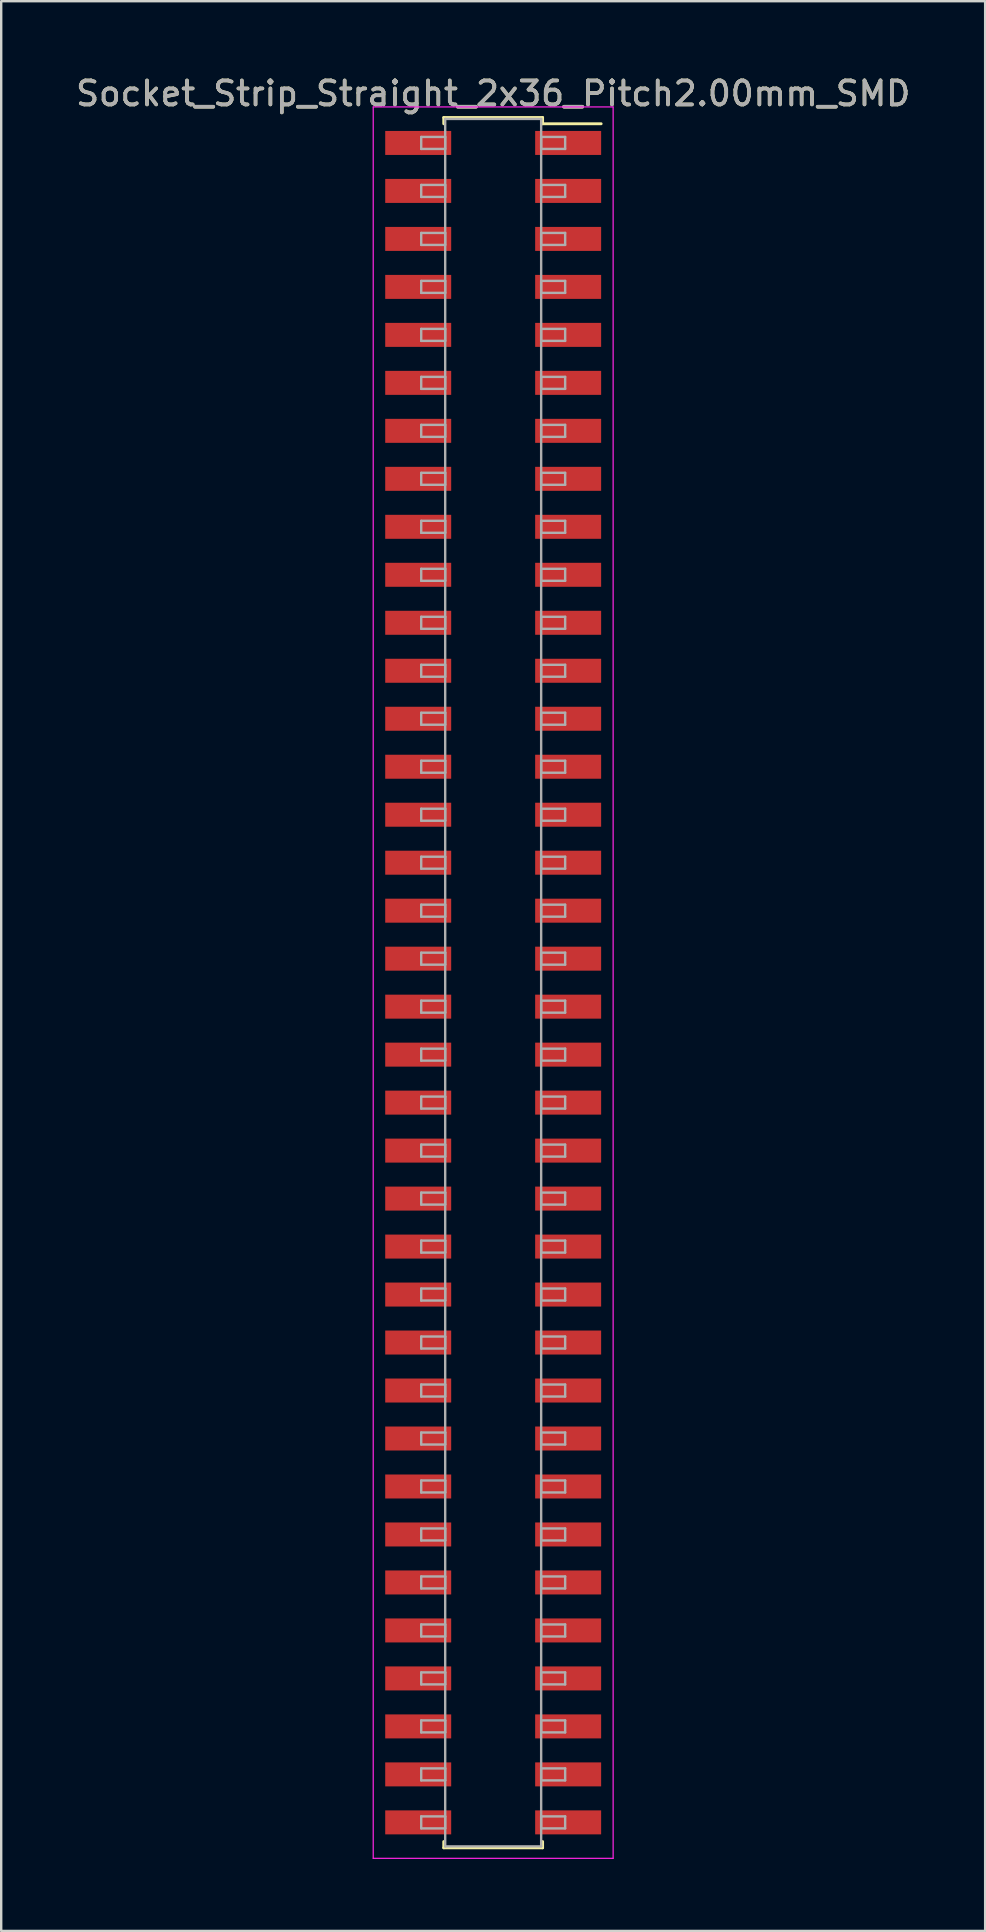
<source format=kicad_pcb>
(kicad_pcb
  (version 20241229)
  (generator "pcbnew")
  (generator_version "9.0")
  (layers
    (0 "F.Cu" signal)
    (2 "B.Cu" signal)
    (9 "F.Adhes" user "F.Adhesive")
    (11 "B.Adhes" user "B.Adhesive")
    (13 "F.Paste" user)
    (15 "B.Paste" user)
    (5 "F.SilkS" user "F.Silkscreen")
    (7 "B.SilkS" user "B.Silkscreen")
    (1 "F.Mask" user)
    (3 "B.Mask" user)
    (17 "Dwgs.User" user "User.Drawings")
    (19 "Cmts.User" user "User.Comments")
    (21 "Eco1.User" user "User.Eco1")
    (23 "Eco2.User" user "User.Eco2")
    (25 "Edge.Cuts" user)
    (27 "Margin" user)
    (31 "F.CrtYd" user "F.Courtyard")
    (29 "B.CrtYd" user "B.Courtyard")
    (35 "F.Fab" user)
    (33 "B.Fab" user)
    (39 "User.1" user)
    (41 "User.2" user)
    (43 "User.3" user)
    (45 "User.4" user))
  (footprint "Socket_Strip_Straight_2x36_Pitch2.00mm_SMD"
    (layer "F.Cu")
    (at 17.506 37.908)
    (property "Reference" "Socket_Strip_Straight_2x36_Pitch2.00mm_SMD" (at 0 -37.06 0) (layer "F.SilkS") (effects (font (size 1 1) (thickness 0.15))))
    (attr smd)
    (fp_line (start -2.06 -36.06) (end 2.06 -36.06) (stroke (width 0.12) (type solid)) (layer "F.SilkS"))
    (fp_line (start -2.06 -35.8) (end -2.06 -36.06) (stroke (width 0.12) (type solid)) (layer "F.SilkS"))
    (fp_line (start -2.06 35.8) (end -2.06 36.06) (stroke (width 0.12) (type solid)) (layer "F.SilkS"))
    (fp_line (start -2.06 36.06) (end 2.06 36.06) (stroke (width 0.12) (type solid)) (layer "F.SilkS"))
    (fp_line (start 2.06 -36.06) (end 2.06 -35.8) (stroke (width 0.12) (type solid)) (layer "F.SilkS"))
    (fp_line (start 2.06 36.06) (end 2.06 35.8) (stroke (width 0.12) (type solid)) (layer "F.SilkS"))
    (fp_line (start 4.5 -35.8) (end 2.06 -35.8) (stroke (width 0.12) (type solid)) (layer "F.SilkS"))
    (fp_line (start -5 -36.5) (end -5 36.5) (stroke (width 0.05) (type solid)) (layer "F.CrtYd"))
    (fp_line (start -5 36.5) (end 5 36.5) (stroke (width 0.05) (type solid)) (layer "F.CrtYd"))
    (fp_line (start 5 -36.5) (end -5 -36.5) (stroke (width 0.05) (type solid)) (layer "F.CrtYd"))
    (fp_line (start 5 36.5) (end 5 -36.5) (stroke (width 0.05) (type solid)) (layer "F.CrtYd"))
    (fp_line (start -3 -35.25) (end -2 -35.25) (stroke (width 0.1) (type solid)) (layer "F.Fab"))
    (fp_line (start -3 -34.75) (end -3 -35.25) (stroke (width 0.1) (type solid)) (layer "F.Fab"))
    (fp_line (start -3 -33.25) (end -2 -33.25) (stroke (width 0.1) (type solid)) (layer "F.Fab"))
    (fp_line (start -3 -32.75) (end -3 -33.25) (stroke (width 0.1) (type solid)) (layer "F.Fab"))
    (fp_line (start -3 -31.25) (end -2 -31.25) (stroke (width 0.1) (type solid)) (layer "F.Fab"))
    (fp_line (start -3 -30.75) (end -3 -31.25) (stroke (width 0.1) (type solid)) (layer "F.Fab"))
    (fp_line (start -3 -29.25) (end -2 -29.25) (stroke (width 0.1) (type solid)) (layer "F.Fab"))
    (fp_line (start -3 -28.75) (end -3 -29.25) (stroke (width 0.1) (type solid)) (layer "F.Fab"))
    (fp_line (start -3 -27.25) (end -2 -27.25) (stroke (width 0.1) (type solid)) (layer "F.Fab"))
    (fp_line (start -3 -26.75) (end -3 -27.25) (stroke (width 0.1) (type solid)) (layer "F.Fab"))
    (fp_line (start -3 -25.25) (end -2 -25.25) (stroke (width 0.1) (type solid)) (layer "F.Fab"))
    (fp_line (start -3 -24.75) (end -3 -25.25) (stroke (width 0.1) (type solid)) (layer "F.Fab"))
    (fp_line (start -3 -23.25) (end -2 -23.25) (stroke (width 0.1) (type solid)) (layer "F.Fab"))
    (fp_line (start -3 -22.75) (end -3 -23.25) (stroke (width 0.1) (type solid)) (layer "F.Fab"))
    (fp_line (start -3 -21.25) (end -2 -21.25) (stroke (width 0.1) (type solid)) (layer "F.Fab"))
    (fp_line (start -3 -20.75) (end -3 -21.25) (stroke (width 0.1) (type solid)) (layer "F.Fab"))
    (fp_line (start -3 -19.25) (end -2 -19.25) (stroke (width 0.1) (type solid)) (layer "F.Fab"))
    (fp_line (start -3 -18.75) (end -3 -19.25) (stroke (width 0.1) (type solid)) (layer "F.Fab"))
    (fp_line (start -3 -17.25) (end -2 -17.25) (stroke (width 0.1) (type solid)) (layer "F.Fab"))
    (fp_line (start -3 -16.75) (end -3 -17.25) (stroke (width 0.1) (type solid)) (layer "F.Fab"))
    (fp_line (start -3 -15.25) (end -2 -15.25) (stroke (width 0.1) (type solid)) (layer "F.Fab"))
    (fp_line (start -3 -14.75) (end -3 -15.25) (stroke (width 0.1) (type solid)) (layer "F.Fab"))
    (fp_line (start -3 -13.25) (end -2 -13.25) (stroke (width 0.1) (type solid)) (layer "F.Fab"))
    (fp_line (start -3 -12.75) (end -3 -13.25) (stroke (width 0.1) (type solid)) (layer "F.Fab"))
    (fp_line (start -3 -11.25) (end -2 -11.25) (stroke (width 0.1) (type solid)) (layer "F.Fab"))
    (fp_line (start -3 -10.75) (end -3 -11.25) (stroke (width 0.1) (type solid)) (layer "F.Fab"))
    (fp_line (start -3 -9.25) (end -2 -9.25) (stroke (width 0.1) (type solid)) (layer "F.Fab"))
    (fp_line (start -3 -8.75) (end -3 -9.25) (stroke (width 0.1) (type solid)) (layer "F.Fab"))
    (fp_line (start -3 -7.25) (end -2 -7.25) (stroke (width 0.1) (type solid)) (layer "F.Fab"))
    (fp_line (start -3 -6.75) (end -3 -7.25) (stroke (width 0.1) (type solid)) (layer "F.Fab"))
    (fp_line (start -3 -5.25) (end -2 -5.25) (stroke (width 0.1) (type solid)) (layer "F.Fab"))
    (fp_line (start -3 -4.75) (end -3 -5.25) (stroke (width 0.1) (type solid)) (layer "F.Fab"))
    (fp_line (start -3 -3.25) (end -2 -3.25) (stroke (width 0.1) (type solid)) (layer "F.Fab"))
    (fp_line (start -3 -2.75) (end -3 -3.25) (stroke (width 0.1) (type solid)) (layer "F.Fab"))
    (fp_line (start -3 -1.25) (end -2 -1.25) (stroke (width 0.1) (type solid)) (layer "F.Fab"))
    (fp_line (start -3 -0.75) (end -3 -1.25) (stroke (width 0.1) (type solid)) (layer "F.Fab"))
    (fp_line (start -3 0.75) (end -2 0.75) (stroke (width 0.1) (type solid)) (layer "F.Fab"))
    (fp_line (start -3 1.25) (end -3 0.75) (stroke (width 0.1) (type solid)) (layer "F.Fab"))
    (fp_line (start -3 2.75) (end -2 2.75) (stroke (width 0.1) (type solid)) (layer "F.Fab"))
    (fp_line (start -3 3.25) (end -3 2.75) (stroke (width 0.1) (type solid)) (layer "F.Fab"))
    (fp_line (start -3 4.75) (end -2 4.75) (stroke (width 0.1) (type solid)) (layer "F.Fab"))
    (fp_line (start -3 5.25) (end -3 4.75) (stroke (width 0.1) (type solid)) (layer "F.Fab"))
    (fp_line (start -3 6.75) (end -2 6.75) (stroke (width 0.1) (type solid)) (layer "F.Fab"))
    (fp_line (start -3 7.25) (end -3 6.75) (stroke (width 0.1) (type solid)) (layer "F.Fab"))
    (fp_line (start -3 8.75) (end -2 8.75) (stroke (width 0.1) (type solid)) (layer "F.Fab"))
    (fp_line (start -3 9.25) (end -3 8.75) (stroke (width 0.1) (type solid)) (layer "F.Fab"))
    (fp_line (start -3 10.75) (end -2 10.75) (stroke (width 0.1) (type solid)) (layer "F.Fab"))
    (fp_line (start -3 11.25) (end -3 10.75) (stroke (width 0.1) (type solid)) (layer "F.Fab"))
    (fp_line (start -3 12.75) (end -2 12.75) (stroke (width 0.1) (type solid)) (layer "F.Fab"))
    (fp_line (start -3 13.25) (end -3 12.75) (stroke (width 0.1) (type solid)) (layer "F.Fab"))
    (fp_line (start -3 14.75) (end -2 14.75) (stroke (width 0.1) (type solid)) (layer "F.Fab"))
    (fp_line (start -3 15.25) (end -3 14.75) (stroke (width 0.1) (type solid)) (layer "F.Fab"))
    (fp_line (start -3 16.75) (end -2 16.75) (stroke (width 0.1) (type solid)) (layer "F.Fab"))
    (fp_line (start -3 17.25) (end -3 16.75) (stroke (width 0.1) (type solid)) (layer "F.Fab"))
    (fp_line (start -3 18.75) (end -2 18.75) (stroke (width 0.1) (type solid)) (layer "F.Fab"))
    (fp_line (start -3 19.25) (end -3 18.75) (stroke (width 0.1) (type solid)) (layer "F.Fab"))
    (fp_line (start -3 20.75) (end -2 20.75) (stroke (width 0.1) (type solid)) (layer "F.Fab"))
    (fp_line (start -3 21.25) (end -3 20.75) (stroke (width 0.1) (type solid)) (layer "F.Fab"))
    (fp_line (start -3 22.75) (end -2 22.75) (stroke (width 0.1) (type solid)) (layer "F.Fab"))
    (fp_line (start -3 23.25) (end -3 22.75) (stroke (width 0.1) (type solid)) (layer "F.Fab"))
    (fp_line (start -3 24.75) (end -2 24.75) (stroke (width 0.1) (type solid)) (layer "F.Fab"))
    (fp_line (start -3 25.25) (end -3 24.75) (stroke (width 0.1) (type solid)) (layer "F.Fab"))
    (fp_line (start -3 26.75) (end -2 26.75) (stroke (width 0.1) (type solid)) (layer "F.Fab"))
    (fp_line (start -3 27.25) (end -3 26.75) (stroke (width 0.1) (type solid)) (layer "F.Fab"))
    (fp_line (start -3 28.75) (end -2 28.75) (stroke (width 0.1) (type solid)) (layer "F.Fab"))
    (fp_line (start -3 29.25) (end -3 28.75) (stroke (width 0.1) (type solid)) (layer "F.Fab"))
    (fp_line (start -3 30.75) (end -2 30.75) (stroke (width 0.1) (type solid)) (layer "F.Fab"))
    (fp_line (start -3 31.25) (end -3 30.75) (stroke (width 0.1) (type solid)) (layer "F.Fab"))
    (fp_line (start -3 32.75) (end -2 32.75) (stroke (width 0.1) (type solid)) (layer "F.Fab"))
    (fp_line (start -3 33.25) (end -3 32.75) (stroke (width 0.1) (type solid)) (layer "F.Fab"))
    (fp_line (start -3 34.75) (end -2 34.75) (stroke (width 0.1) (type solid)) (layer "F.Fab"))
    (fp_line (start -3 35.25) (end -3 34.75) (stroke (width 0.1) (type solid)) (layer "F.Fab"))
    (fp_line (start -2 -36) (end -2 36) (stroke (width 0.1) (type solid)) (layer "F.Fab"))
    (fp_line (start -2 -35.25) (end -2 -34.75) (stroke (width 0.1) (type solid)) (layer "F.Fab"))
    (fp_line (start -2 -34.75) (end -3 -34.75) (stroke (width 0.1) (type solid)) (layer "F.Fab"))
    (fp_line (start -2 -33.25) (end -2 -32.75) (stroke (width 0.1) (type solid)) (layer "F.Fab"))
    (fp_line (start -2 -32.75) (end -3 -32.75) (stroke (width 0.1) (type solid)) (layer "F.Fab"))
    (fp_line (start -2 -31.25) (end -2 -30.75) (stroke (width 0.1) (type solid)) (layer "F.Fab"))
    (fp_line (start -2 -30.75) (end -3 -30.75) (stroke (width 0.1) (type solid)) (layer "F.Fab"))
    (fp_line (start -2 -29.25) (end -2 -28.75) (stroke (width 0.1) (type solid)) (layer "F.Fab"))
    (fp_line (start -2 -28.75) (end -3 -28.75) (stroke (width 0.1) (type solid)) (layer "F.Fab"))
    (fp_line (start -2 -27.25) (end -2 -26.75) (stroke (width 0.1) (type solid)) (layer "F.Fab"))
    (fp_line (start -2 -26.75) (end -3 -26.75) (stroke (width 0.1) (type solid)) (layer "F.Fab"))
    (fp_line (start -2 -25.25) (end -2 -24.75) (stroke (width 0.1) (type solid)) (layer "F.Fab"))
    (fp_line (start -2 -24.75) (end -3 -24.75) (stroke (width 0.1) (type solid)) (layer "F.Fab"))
    (fp_line (start -2 -23.25) (end -2 -22.75) (stroke (width 0.1) (type solid)) (layer "F.Fab"))
    (fp_line (start -2 -22.75) (end -3 -22.75) (stroke (width 0.1) (type solid)) (layer "F.Fab"))
    (fp_line (start -2 -21.25) (end -2 -20.75) (stroke (width 0.1) (type solid)) (layer "F.Fab"))
    (fp_line (start -2 -20.75) (end -3 -20.75) (stroke (width 0.1) (type solid)) (layer "F.Fab"))
    (fp_line (start -2 -19.25) (end -2 -18.75) (stroke (width 0.1) (type solid)) (layer "F.Fab"))
    (fp_line (start -2 -18.75) (end -3 -18.75) (stroke (width 0.1) (type solid)) (layer "F.Fab"))
    (fp_line (start -2 -17.25) (end -2 -16.75) (stroke (width 0.1) (type solid)) (layer "F.Fab"))
    (fp_line (start -2 -16.75) (end -3 -16.75) (stroke (width 0.1) (type solid)) (layer "F.Fab"))
    (fp_line (start -2 -15.25) (end -2 -14.75) (stroke (width 0.1) (type solid)) (layer "F.Fab"))
    (fp_line (start -2 -14.75) (end -3 -14.75) (stroke (width 0.1) (type solid)) (layer "F.Fab"))
    (fp_line (start -2 -13.25) (end -2 -12.75) (stroke (width 0.1) (type solid)) (layer "F.Fab"))
    (fp_line (start -2 -12.75) (end -3 -12.75) (stroke (width 0.1) (type solid)) (layer "F.Fab"))
    (fp_line (start -2 -11.25) (end -2 -10.75) (stroke (width 0.1) (type solid)) (layer "F.Fab"))
    (fp_line (start -2 -10.75) (end -3 -10.75) (stroke (width 0.1) (type solid)) (layer "F.Fab"))
    (fp_line (start -2 -9.25) (end -2 -8.75) (stroke (width 0.1) (type solid)) (layer "F.Fab"))
    (fp_line (start -2 -8.75) (end -3 -8.75) (stroke (width 0.1) (type solid)) (layer "F.Fab"))
    (fp_line (start -2 -7.25) (end -2 -6.75) (stroke (width 0.1) (type solid)) (layer "F.Fab"))
    (fp_line (start -2 -6.75) (end -3 -6.75) (stroke (width 0.1) (type solid)) (layer "F.Fab"))
    (fp_line (start -2 -5.25) (end -2 -4.75) (stroke (width 0.1) (type solid)) (layer "F.Fab"))
    (fp_line (start -2 -4.75) (end -3 -4.75) (stroke (width 0.1) (type solid)) (layer "F.Fab"))
    (fp_line (start -2 -3.25) (end -2 -2.75) (stroke (width 0.1) (type solid)) (layer "F.Fab"))
    (fp_line (start -2 -2.75) (end -3 -2.75) (stroke (width 0.1) (type solid)) (layer "F.Fab"))
    (fp_line (start -2 -1.25) (end -2 -0.75) (stroke (width 0.1) (type solid)) (layer "F.Fab"))
    (fp_line (start -2 -0.75) (end -3 -0.75) (stroke (width 0.1) (type solid)) (layer "F.Fab"))
    (fp_line (start -2 0.75) (end -2 1.25) (stroke (width 0.1) (type solid)) (layer "F.Fab"))
    (fp_line (start -2 1.25) (end -3 1.25) (stroke (width 0.1) (type solid)) (layer "F.Fab"))
    (fp_line (start -2 2.75) (end -2 3.25) (stroke (width 0.1) (type solid)) (layer "F.Fab"))
    (fp_line (start -2 3.25) (end -3 3.25) (stroke (width 0.1) (type solid)) (layer "F.Fab"))
    (fp_line (start -2 4.75) (end -2 5.25) (stroke (width 0.1) (type solid)) (layer "F.Fab"))
    (fp_line (start -2 5.25) (end -3 5.25) (stroke (width 0.1) (type solid)) (layer "F.Fab"))
    (fp_line (start -2 6.75) (end -2 7.25) (stroke (width 0.1) (type solid)) (layer "F.Fab"))
    (fp_line (start -2 7.25) (end -3 7.25) (stroke (width 0.1) (type solid)) (layer "F.Fab"))
    (fp_line (start -2 8.75) (end -2 9.25) (stroke (width 0.1) (type solid)) (layer "F.Fab"))
    (fp_line (start -2 9.25) (end -3 9.25) (stroke (width 0.1) (type solid)) (layer "F.Fab"))
    (fp_line (start -2 10.75) (end -2 11.25) (stroke (width 0.1) (type solid)) (layer "F.Fab"))
    (fp_line (start -2 11.25) (end -3 11.25) (stroke (width 0.1) (type solid)) (layer "F.Fab"))
    (fp_line (start -2 12.75) (end -2 13.25) (stroke (width 0.1) (type solid)) (layer "F.Fab"))
    (fp_line (start -2 13.25) (end -3 13.25) (stroke (width 0.1) (type solid)) (layer "F.Fab"))
    (fp_line (start -2 14.75) (end -2 15.25) (stroke (width 0.1) (type solid)) (layer "F.Fab"))
    (fp_line (start -2 15.25) (end -3 15.25) (stroke (width 0.1) (type solid)) (layer "F.Fab"))
    (fp_line (start -2 16.75) (end -2 17.25) (stroke (width 0.1) (type solid)) (layer "F.Fab"))
    (fp_line (start -2 17.25) (end -3 17.25) (stroke (width 0.1) (type solid)) (layer "F.Fab"))
    (fp_line (start -2 18.75) (end -2 19.25) (stroke (width 0.1) (type solid)) (layer "F.Fab"))
    (fp_line (start -2 19.25) (end -3 19.25) (stroke (width 0.1) (type solid)) (layer "F.Fab"))
    (fp_line (start -2 20.75) (end -2 21.25) (stroke (width 0.1) (type solid)) (layer "F.Fab"))
    (fp_line (start -2 21.25) (end -3 21.25) (stroke (width 0.1) (type solid)) (layer "F.Fab"))
    (fp_line (start -2 22.75) (end -2 23.25) (stroke (width 0.1) (type solid)) (layer "F.Fab"))
    (fp_line (start -2 23.25) (end -3 23.25) (stroke (width 0.1) (type solid)) (layer "F.Fab"))
    (fp_line (start -2 24.75) (end -2 25.25) (stroke (width 0.1) (type solid)) (layer "F.Fab"))
    (fp_line (start -2 25.25) (end -3 25.25) (stroke (width 0.1) (type solid)) (layer "F.Fab"))
    (fp_line (start -2 26.75) (end -2 27.25) (stroke (width 0.1) (type solid)) (layer "F.Fab"))
    (fp_line (start -2 27.25) (end -3 27.25) (stroke (width 0.1) (type solid)) (layer "F.Fab"))
    (fp_line (start -2 28.75) (end -2 29.25) (stroke (width 0.1) (type solid)) (layer "F.Fab"))
    (fp_line (start -2 29.25) (end -3 29.25) (stroke (width 0.1) (type solid)) (layer "F.Fab"))
    (fp_line (start -2 30.75) (end -2 31.25) (stroke (width 0.1) (type solid)) (layer "F.Fab"))
    (fp_line (start -2 31.25) (end -3 31.25) (stroke (width 0.1) (type solid)) (layer "F.Fab"))
    (fp_line (start -2 32.75) (end -2 33.25) (stroke (width 0.1) (type solid)) (layer "F.Fab"))
    (fp_line (start -2 33.25) (end -3 33.25) (stroke (width 0.1) (type solid)) (layer "F.Fab"))
    (fp_line (start -2 34.75) (end -2 35.25) (stroke (width 0.1) (type solid)) (layer "F.Fab"))
    (fp_line (start -2 35.25) (end -3 35.25) (stroke (width 0.1) (type solid)) (layer "F.Fab"))
    (fp_line (start -2 36) (end 2 36) (stroke (width 0.1) (type solid)) (layer "F.Fab"))
    (fp_line (start 2 -36) (end -2 -36) (stroke (width 0.1) (type solid)) (layer "F.Fab"))
    (fp_line (start 2 -35.25) (end 2 -34.75) (stroke (width 0.1) (type solid)) (layer "F.Fab"))
    (fp_line (start 2 -34.75) (end 3 -34.75) (stroke (width 0.1) (type solid)) (layer "F.Fab"))
    (fp_line (start 2 -33.25) (end 2 -32.75) (stroke (width 0.1) (type solid)) (layer "F.Fab"))
    (fp_line (start 2 -32.75) (end 3 -32.75) (stroke (width 0.1) (type solid)) (layer "F.Fab"))
    (fp_line (start 2 -31.25) (end 2 -30.75) (stroke (width 0.1) (type solid)) (layer "F.Fab"))
    (fp_line (start 2 -30.75) (end 3 -30.75) (stroke (width 0.1) (type solid)) (layer "F.Fab"))
    (fp_line (start 2 -29.25) (end 2 -28.75) (stroke (width 0.1) (type solid)) (layer "F.Fab"))
    (fp_line (start 2 -28.75) (end 3 -28.75) (stroke (width 0.1) (type solid)) (layer "F.Fab"))
    (fp_line (start 2 -27.25) (end 2 -26.75) (stroke (width 0.1) (type solid)) (layer "F.Fab"))
    (fp_line (start 2 -26.75) (end 3 -26.75) (stroke (width 0.1) (type solid)) (layer "F.Fab"))
    (fp_line (start 2 -25.25) (end 2 -24.75) (stroke (width 0.1) (type solid)) (layer "F.Fab"))
    (fp_line (start 2 -24.75) (end 3 -24.75) (stroke (width 0.1) (type solid)) (layer "F.Fab"))
    (fp_line (start 2 -23.25) (end 2 -22.75) (stroke (width 0.1) (type solid)) (layer "F.Fab"))
    (fp_line (start 2 -22.75) (end 3 -22.75) (stroke (width 0.1) (type solid)) (layer "F.Fab"))
    (fp_line (start 2 -21.25) (end 2 -20.75) (stroke (width 0.1) (type solid)) (layer "F.Fab"))
    (fp_line (start 2 -20.75) (end 3 -20.75) (stroke (width 0.1) (type solid)) (layer "F.Fab"))
    (fp_line (start 2 -19.25) (end 2 -18.75) (stroke (width 0.1) (type solid)) (layer "F.Fab"))
    (fp_line (start 2 -18.75) (end 3 -18.75) (stroke (width 0.1) (type solid)) (layer "F.Fab"))
    (fp_line (start 2 -17.25) (end 2 -16.75) (stroke (width 0.1) (type solid)) (layer "F.Fab"))
    (fp_line (start 2 -16.75) (end 3 -16.75) (stroke (width 0.1) (type solid)) (layer "F.Fab"))
    (fp_line (start 2 -15.25) (end 2 -14.75) (stroke (width 0.1) (type solid)) (layer "F.Fab"))
    (fp_line (start 2 -14.75) (end 3 -14.75) (stroke (width 0.1) (type solid)) (layer "F.Fab"))
    (fp_line (start 2 -13.25) (end 2 -12.75) (stroke (width 0.1) (type solid)) (layer "F.Fab"))
    (fp_line (start 2 -12.75) (end 3 -12.75) (stroke (width 0.1) (type solid)) (layer "F.Fab"))
    (fp_line (start 2 -11.25) (end 2 -10.75) (stroke (width 0.1) (type solid)) (layer "F.Fab"))
    (fp_line (start 2 -10.75) (end 3 -10.75) (stroke (width 0.1) (type solid)) (layer "F.Fab"))
    (fp_line (start 2 -9.25) (end 2 -8.75) (stroke (width 0.1) (type solid)) (layer "F.Fab"))
    (fp_line (start 2 -8.75) (end 3 -8.75) (stroke (width 0.1) (type solid)) (layer "F.Fab"))
    (fp_line (start 2 -7.25) (end 2 -6.75) (stroke (width 0.1) (type solid)) (layer "F.Fab"))
    (fp_line (start 2 -6.75) (end 3 -6.75) (stroke (width 0.1) (type solid)) (layer "F.Fab"))
    (fp_line (start 2 -5.25) (end 2 -4.75) (stroke (width 0.1) (type solid)) (layer "F.Fab"))
    (fp_line (start 2 -4.75) (end 3 -4.75) (stroke (width 0.1) (type solid)) (layer "F.Fab"))
    (fp_line (start 2 -3.25) (end 2 -2.75) (stroke (width 0.1) (type solid)) (layer "F.Fab"))
    (fp_line (start 2 -2.75) (end 3 -2.75) (stroke (width 0.1) (type solid)) (layer "F.Fab"))
    (fp_line (start 2 -1.25) (end 2 -0.75) (stroke (width 0.1) (type solid)) (layer "F.Fab"))
    (fp_line (start 2 -0.75) (end 3 -0.75) (stroke (width 0.1) (type solid)) (layer "F.Fab"))
    (fp_line (start 2 0.75) (end 2 1.25) (stroke (width 0.1) (type solid)) (layer "F.Fab"))
    (fp_line (start 2 1.25) (end 3 1.25) (stroke (width 0.1) (type solid)) (layer "F.Fab"))
    (fp_line (start 2 2.75) (end 2 3.25) (stroke (width 0.1) (type solid)) (layer "F.Fab"))
    (fp_line (start 2 3.25) (end 3 3.25) (stroke (width 0.1) (type solid)) (layer "F.Fab"))
    (fp_line (start 2 4.75) (end 2 5.25) (stroke (width 0.1) (type solid)) (layer "F.Fab"))
    (fp_line (start 2 5.25) (end 3 5.25) (stroke (width 0.1) (type solid)) (layer "F.Fab"))
    (fp_line (start 2 6.75) (end 2 7.25) (stroke (width 0.1) (type solid)) (layer "F.Fab"))
    (fp_line (start 2 7.25) (end 3 7.25) (stroke (width 0.1) (type solid)) (layer "F.Fab"))
    (fp_line (start 2 8.75) (end 2 9.25) (stroke (width 0.1) (type solid)) (layer "F.Fab"))
    (fp_line (start 2 9.25) (end 3 9.25) (stroke (width 0.1) (type solid)) (layer "F.Fab"))
    (fp_line (start 2 10.75) (end 2 11.25) (stroke (width 0.1) (type solid)) (layer "F.Fab"))
    (fp_line (start 2 11.25) (end 3 11.25) (stroke (width 0.1) (type solid)) (layer "F.Fab"))
    (fp_line (start 2 12.75) (end 2 13.25) (stroke (width 0.1) (type solid)) (layer "F.Fab"))
    (fp_line (start 2 13.25) (end 3 13.25) (stroke (width 0.1) (type solid)) (layer "F.Fab"))
    (fp_line (start 2 14.75) (end 2 15.25) (stroke (width 0.1) (type solid)) (layer "F.Fab"))
    (fp_line (start 2 15.25) (end 3 15.25) (stroke (width 0.1) (type solid)) (layer "F.Fab"))
    (fp_line (start 2 16.75) (end 2 17.25) (stroke (width 0.1) (type solid)) (layer "F.Fab"))
    (fp_line (start 2 17.25) (end 3 17.25) (stroke (width 0.1) (type solid)) (layer "F.Fab"))
    (fp_line (start 2 18.75) (end 2 19.25) (stroke (width 0.1) (type solid)) (layer "F.Fab"))
    (fp_line (start 2 19.25) (end 3 19.25) (stroke (width 0.1) (type solid)) (layer "F.Fab"))
    (fp_line (start 2 20.75) (end 2 21.25) (stroke (width 0.1) (type solid)) (layer "F.Fab"))
    (fp_line (start 2 21.25) (end 3 21.25) (stroke (width 0.1) (type solid)) (layer "F.Fab"))
    (fp_line (start 2 22.75) (end 2 23.25) (stroke (width 0.1) (type solid)) (layer "F.Fab"))
    (fp_line (start 2 23.25) (end 3 23.25) (stroke (width 0.1) (type solid)) (layer "F.Fab"))
    (fp_line (start 2 24.75) (end 2 25.25) (stroke (width 0.1) (type solid)) (layer "F.Fab"))
    (fp_line (start 2 25.25) (end 3 25.25) (stroke (width 0.1) (type solid)) (layer "F.Fab"))
    (fp_line (start 2 26.75) (end 2 27.25) (stroke (width 0.1) (type solid)) (layer "F.Fab"))
    (fp_line (start 2 27.25) (end 3 27.25) (stroke (width 0.1) (type solid)) (layer "F.Fab"))
    (fp_line (start 2 28.75) (end 2 29.25) (stroke (width 0.1) (type solid)) (layer "F.Fab"))
    (fp_line (start 2 29.25) (end 3 29.25) (stroke (width 0.1) (type solid)) (layer "F.Fab"))
    (fp_line (start 2 30.75) (end 2 31.25) (stroke (width 0.1) (type solid)) (layer "F.Fab"))
    (fp_line (start 2 31.25) (end 3 31.25) (stroke (width 0.1) (type solid)) (layer "F.Fab"))
    (fp_line (start 2 32.75) (end 2 33.25) (stroke (width 0.1) (type solid)) (layer "F.Fab"))
    (fp_line (start 2 33.25) (end 3 33.25) (stroke (width 0.1) (type solid)) (layer "F.Fab"))
    (fp_line (start 2 34.75) (end 2 35.25) (stroke (width 0.1) (type solid)) (layer "F.Fab"))
    (fp_line (start 2 35.25) (end 3 35.25) (stroke (width 0.1) (type solid)) (layer "F.Fab"))
    (fp_line (start 2 36) (end 2 -36) (stroke (width 0.1) (type solid)) (layer "F.Fab"))
    (fp_line (start 3 -35.25) (end 2 -35.25) (stroke (width 0.1) (type solid)) (layer "F.Fab"))
    (fp_line (start 3 -34.75) (end 3 -35.25) (stroke (width 0.1) (type solid)) (layer "F.Fab"))
    (fp_line (start 3 -33.25) (end 2 -33.25) (stroke (width 0.1) (type solid)) (layer "F.Fab"))
    (fp_line (start 3 -32.75) (end 3 -33.25) (stroke (width 0.1) (type solid)) (layer "F.Fab"))
    (fp_line (start 3 -31.25) (end 2 -31.25) (stroke (width 0.1) (type solid)) (layer "F.Fab"))
    (fp_line (start 3 -30.75) (end 3 -31.25) (stroke (width 0.1) (type solid)) (layer "F.Fab"))
    (fp_line (start 3 -29.25) (end 2 -29.25) (stroke (width 0.1) (type solid)) (layer "F.Fab"))
    (fp_line (start 3 -28.75) (end 3 -29.25) (stroke (width 0.1) (type solid)) (layer "F.Fab"))
    (fp_line (start 3 -27.25) (end 2 -27.25) (stroke (width 0.1) (type solid)) (layer "F.Fab"))
    (fp_line (start 3 -26.75) (end 3 -27.25) (stroke (width 0.1) (type solid)) (layer "F.Fab"))
    (fp_line (start 3 -25.25) (end 2 -25.25) (stroke (width 0.1) (type solid)) (layer "F.Fab"))
    (fp_line (start 3 -24.75) (end 3 -25.25) (stroke (width 0.1) (type solid)) (layer "F.Fab"))
    (fp_line (start 3 -23.25) (end 2 -23.25) (stroke (width 0.1) (type solid)) (layer "F.Fab"))
    (fp_line (start 3 -22.75) (end 3 -23.25) (stroke (width 0.1) (type solid)) (layer "F.Fab"))
    (fp_line (start 3 -21.25) (end 2 -21.25) (stroke (width 0.1) (type solid)) (layer "F.Fab"))
    (fp_line (start 3 -20.75) (end 3 -21.25) (stroke (width 0.1) (type solid)) (layer "F.Fab"))
    (fp_line (start 3 -19.25) (end 2 -19.25) (stroke (width 0.1) (type solid)) (layer "F.Fab"))
    (fp_line (start 3 -18.75) (end 3 -19.25) (stroke (width 0.1) (type solid)) (layer "F.Fab"))
    (fp_line (start 3 -17.25) (end 2 -17.25) (stroke (width 0.1) (type solid)) (layer "F.Fab"))
    (fp_line (start 3 -16.75) (end 3 -17.25) (stroke (width 0.1) (type solid)) (layer "F.Fab"))
    (fp_line (start 3 -15.25) (end 2 -15.25) (stroke (width 0.1) (type solid)) (layer "F.Fab"))
    (fp_line (start 3 -14.75) (end 3 -15.25) (stroke (width 0.1) (type solid)) (layer "F.Fab"))
    (fp_line (start 3 -13.25) (end 2 -13.25) (stroke (width 0.1) (type solid)) (layer "F.Fab"))
    (fp_line (start 3 -12.75) (end 3 -13.25) (stroke (width 0.1) (type solid)) (layer "F.Fab"))
    (fp_line (start 3 -11.25) (end 2 -11.25) (stroke (width 0.1) (type solid)) (layer "F.Fab"))
    (fp_line (start 3 -10.75) (end 3 -11.25) (stroke (width 0.1) (type solid)) (layer "F.Fab"))
    (fp_line (start 3 -9.25) (end 2 -9.25) (stroke (width 0.1) (type solid)) (layer "F.Fab"))
    (fp_line (start 3 -8.75) (end 3 -9.25) (stroke (width 0.1) (type solid)) (layer "F.Fab"))
    (fp_line (start 3 -7.25) (end 2 -7.25) (stroke (width 0.1) (type solid)) (layer "F.Fab"))
    (fp_line (start 3 -6.75) (end 3 -7.25) (stroke (width 0.1) (type solid)) (layer "F.Fab"))
    (fp_line (start 3 -5.25) (end 2 -5.25) (stroke (width 0.1) (type solid)) (layer "F.Fab"))
    (fp_line (start 3 -4.75) (end 3 -5.25) (stroke (width 0.1) (type solid)) (layer "F.Fab"))
    (fp_line (start 3 -3.25) (end 2 -3.25) (stroke (width 0.1) (type solid)) (layer "F.Fab"))
    (fp_line (start 3 -2.75) (end 3 -3.25) (stroke (width 0.1) (type solid)) (layer "F.Fab"))
    (fp_line (start 3 -1.25) (end 2 -1.25) (stroke (width 0.1) (type solid)) (layer "F.Fab"))
    (fp_line (start 3 -0.75) (end 3 -1.25) (stroke (width 0.1) (type solid)) (layer "F.Fab"))
    (fp_line (start 3 0.75) (end 2 0.75) (stroke (width 0.1) (type solid)) (layer "F.Fab"))
    (fp_line (start 3 1.25) (end 3 0.75) (stroke (width 0.1) (type solid)) (layer "F.Fab"))
    (fp_line (start 3 2.75) (end 2 2.75) (stroke (width 0.1) (type solid)) (layer "F.Fab"))
    (fp_line (start 3 3.25) (end 3 2.75) (stroke (width 0.1) (type solid)) (layer "F.Fab"))
    (fp_line (start 3 4.75) (end 2 4.75) (stroke (width 0.1) (type solid)) (layer "F.Fab"))
    (fp_line (start 3 5.25) (end 3 4.75) (stroke (width 0.1) (type solid)) (layer "F.Fab"))
    (fp_line (start 3 6.75) (end 2 6.75) (stroke (width 0.1) (type solid)) (layer "F.Fab"))
    (fp_line (start 3 7.25) (end 3 6.75) (stroke (width 0.1) (type solid)) (layer "F.Fab"))
    (fp_line (start 3 8.75) (end 2 8.75) (stroke (width 0.1) (type solid)) (layer "F.Fab"))
    (fp_line (start 3 9.25) (end 3 8.75) (stroke (width 0.1) (type solid)) (layer "F.Fab"))
    (fp_line (start 3 10.75) (end 2 10.75) (stroke (width 0.1) (type solid)) (layer "F.Fab"))
    (fp_line (start 3 11.25) (end 3 10.75) (stroke (width 0.1) (type solid)) (layer "F.Fab"))
    (fp_line (start 3 12.75) (end 2 12.75) (stroke (width 0.1) (type solid)) (layer "F.Fab"))
    (fp_line (start 3 13.25) (end 3 12.75) (stroke (width 0.1) (type solid)) (layer "F.Fab"))
    (fp_line (start 3 14.75) (end 2 14.75) (stroke (width 0.1) (type solid)) (layer "F.Fab"))
    (fp_line (start 3 15.25) (end 3 14.75) (stroke (width 0.1) (type solid)) (layer "F.Fab"))
    (fp_line (start 3 16.75) (end 2 16.75) (stroke (width 0.1) (type solid)) (layer "F.Fab"))
    (fp_line (start 3 17.25) (end 3 16.75) (stroke (width 0.1) (type solid)) (layer "F.Fab"))
    (fp_line (start 3 18.75) (end 2 18.75) (stroke (width 0.1) (type solid)) (layer "F.Fab"))
    (fp_line (start 3 19.25) (end 3 18.75) (stroke (width 0.1) (type solid)) (layer "F.Fab"))
    (fp_line (start 3 20.75) (end 2 20.75) (stroke (width 0.1) (type solid)) (layer "F.Fab"))
    (fp_line (start 3 21.25) (end 3 20.75) (stroke (width 0.1) (type solid)) (layer "F.Fab"))
    (fp_line (start 3 22.75) (end 2 22.75) (stroke (width 0.1) (type solid)) (layer "F.Fab"))
    (fp_line (start 3 23.25) (end 3 22.75) (stroke (width 0.1) (type solid)) (layer "F.Fab"))
    (fp_line (start 3 24.75) (end 2 24.75) (stroke (width 0.1) (type solid)) (layer "F.Fab"))
    (fp_line (start 3 25.25) (end 3 24.75) (stroke (width 0.1) (type solid)) (layer "F.Fab"))
    (fp_line (start 3 26.75) (end 2 26.75) (stroke (width 0.1) (type solid)) (layer "F.Fab"))
    (fp_line (start 3 27.25) (end 3 26.75) (stroke (width 0.1) (type solid)) (layer "F.Fab"))
    (fp_line (start 3 28.75) (end 2 28.75) (stroke (width 0.1) (type solid)) (layer "F.Fab"))
    (fp_line (start 3 29.25) (end 3 28.75) (stroke (width 0.1) (type solid)) (layer "F.Fab"))
    (fp_line (start 3 30.75) (end 2 30.75) (stroke (width 0.1) (type solid)) (layer "F.Fab"))
    (fp_line (start 3 31.25) (end 3 30.75) (stroke (width 0.1) (type solid)) (layer "F.Fab"))
    (fp_line (start 3 32.75) (end 2 32.75) (stroke (width 0.1) (type solid)) (layer "F.Fab"))
    (fp_line (start 3 33.25) (end 3 32.75) (stroke (width 0.1) (type solid)) (layer "F.Fab"))
    (fp_line (start 3 34.75) (end 2 34.75) (stroke (width 0.1) (type solid)) (layer "F.Fab"))
    (fp_line (start 3 35.25) (end 3 34.75) (stroke (width 0.1) (type solid)) (layer "F.Fab"))
    (fp_text user "${REFERENCE}" (at 0 -37.06 0) (layer "F.Fab") (effects (font (size 1 1) (thickness 0.15))))
    (pad "1" smd rect (at 3.125 -35) (size 2.75 1) (layers "F.Cu" "F.Mask" "F.Paste"))
    (pad "2" smd rect (at -3.125 -35) (size 2.75 1) (layers "F.Cu" "F.Mask" "F.Paste"))
    (pad "3" smd rect (at 3.125 -33) (size 2.75 1) (layers "F.Cu" "F.Mask" "F.Paste"))
    (pad "4" smd rect (at -3.125 -33) (size 2.75 1) (layers "F.Cu" "F.Mask" "F.Paste"))
    (pad "5" smd rect (at 3.125 -31) (size 2.75 1) (layers "F.Cu" "F.Mask" "F.Paste"))
    (pad "6" smd rect (at -3.125 -31) (size 2.75 1) (layers "F.Cu" "F.Mask" "F.Paste"))
    (pad "7" smd rect (at 3.125 -29) (size 2.75 1) (layers "F.Cu" "F.Mask" "F.Paste"))
    (pad "8" smd rect (at -3.125 -29) (size 2.75 1) (layers "F.Cu" "F.Mask" "F.Paste"))
    (pad "9" smd rect (at 3.125 -27) (size 2.75 1) (layers "F.Cu" "F.Mask" "F.Paste"))
    (pad "10" smd rect (at -3.125 -27) (size 2.75 1) (layers "F.Cu" "F.Mask" "F.Paste"))
    (pad "11" smd rect (at 3.125 -25) (size 2.75 1) (layers "F.Cu" "F.Mask" "F.Paste"))
    (pad "12" smd rect (at -3.125 -25) (size 2.75 1) (layers "F.Cu" "F.Mask" "F.Paste"))
    (pad "13" smd rect (at 3.125 -23) (size 2.75 1) (layers "F.Cu" "F.Mask" "F.Paste"))
    (pad "14" smd rect (at -3.125 -23) (size 2.75 1) (layers "F.Cu" "F.Mask" "F.Paste"))
    (pad "15" smd rect (at 3.125 -21) (size 2.75 1) (layers "F.Cu" "F.Mask" "F.Paste"))
    (pad "16" smd rect (at -3.125 -21) (size 2.75 1) (layers "F.Cu" "F.Mask" "F.Paste"))
    (pad "17" smd rect (at 3.125 -19) (size 2.75 1) (layers "F.Cu" "F.Mask" "F.Paste"))
    (pad "18" smd rect (at -3.125 -19) (size 2.75 1) (layers "F.Cu" "F.Mask" "F.Paste"))
    (pad "19" smd rect (at 3.125 -17) (size 2.75 1) (layers "F.Cu" "F.Mask" "F.Paste"))
    (pad "20" smd rect (at -3.125 -17) (size 2.75 1) (layers "F.Cu" "F.Mask" "F.Paste"))
    (pad "21" smd rect (at 3.125 -15) (size 2.75 1) (layers "F.Cu" "F.Mask" "F.Paste"))
    (pad "22" smd rect (at -3.125 -15) (size 2.75 1) (layers "F.Cu" "F.Mask" "F.Paste"))
    (pad "23" smd rect (at 3.125 -13) (size 2.75 1) (layers "F.Cu" "F.Mask" "F.Paste"))
    (pad "24" smd rect (at -3.125 -13) (size 2.75 1) (layers "F.Cu" "F.Mask" "F.Paste"))
    (pad "25" smd rect (at 3.125 -11) (size 2.75 1) (layers "F.Cu" "F.Mask" "F.Paste"))
    (pad "26" smd rect (at -3.125 -11) (size 2.75 1) (layers "F.Cu" "F.Mask" "F.Paste"))
    (pad "27" smd rect (at 3.125 -9) (size 2.75 1) (layers "F.Cu" "F.Mask" "F.Paste"))
    (pad "28" smd rect (at -3.125 -9) (size 2.75 1) (layers "F.Cu" "F.Mask" "F.Paste"))
    (pad "29" smd rect (at 3.125 -7) (size 2.75 1) (layers "F.Cu" "F.Mask" "F.Paste"))
    (pad "30" smd rect (at -3.125 -7) (size 2.75 1) (layers "F.Cu" "F.Mask" "F.Paste"))
    (pad "31" smd rect (at 3.125 -5) (size 2.75 1) (layers "F.Cu" "F.Mask" "F.Paste"))
    (pad "32" smd rect (at -3.125 -5) (size 2.75 1) (layers "F.Cu" "F.Mask" "F.Paste"))
    (pad "33" smd rect (at 3.125 -3) (size 2.75 1) (layers "F.Cu" "F.Mask" "F.Paste"))
    (pad "34" smd rect (at -3.125 -3) (size 2.75 1) (layers "F.Cu" "F.Mask" "F.Paste"))
    (pad "35" smd rect (at 3.125 -1) (size 2.75 1) (layers "F.Cu" "F.Mask" "F.Paste"))
    (pad "36" smd rect (at -3.125 -1) (size 2.75 1) (layers "F.Cu" "F.Mask" "F.Paste"))
    (pad "37" smd rect (at 3.125 1) (size 2.75 1) (layers "F.Cu" "F.Mask" "F.Paste"))
    (pad "38" smd rect (at -3.125 1) (size 2.75 1) (layers "F.Cu" "F.Mask" "F.Paste"))
    (pad "39" smd rect (at 3.125 3) (size 2.75 1) (layers "F.Cu" "F.Mask" "F.Paste"))
    (pad "40" smd rect (at -3.125 3) (size 2.75 1) (layers "F.Cu" "F.Mask" "F.Paste"))
    (pad "41" smd rect (at 3.125 5) (size 2.75 1) (layers "F.Cu" "F.Mask" "F.Paste"))
    (pad "42" smd rect (at -3.125 5) (size 2.75 1) (layers "F.Cu" "F.Mask" "F.Paste"))
    (pad "43" smd rect (at 3.125 7) (size 2.75 1) (layers "F.Cu" "F.Mask" "F.Paste"))
    (pad "44" smd rect (at -3.125 7) (size 2.75 1) (layers "F.Cu" "F.Mask" "F.Paste"))
    (pad "45" smd rect (at 3.125 9) (size 2.75 1) (layers "F.Cu" "F.Mask" "F.Paste"))
    (pad "46" smd rect (at -3.125 9) (size 2.75 1) (layers "F.Cu" "F.Mask" "F.Paste"))
    (pad "47" smd rect (at 3.125 11) (size 2.75 1) (layers "F.Cu" "F.Mask" "F.Paste"))
    (pad "48" smd rect (at -3.125 11) (size 2.75 1) (layers "F.Cu" "F.Mask" "F.Paste"))
    (pad "49" smd rect (at 3.125 13) (size 2.75 1) (layers "F.Cu" "F.Mask" "F.Paste"))
    (pad "50" smd rect (at -3.125 13) (size 2.75 1) (layers "F.Cu" "F.Mask" "F.Paste"))
    (pad "51" smd rect (at 3.125 15) (size 2.75 1) (layers "F.Cu" "F.Mask" "F.Paste"))
    (pad "52" smd rect (at -3.125 15) (size 2.75 1) (layers "F.Cu" "F.Mask" "F.Paste"))
    (pad "53" smd rect (at 3.125 17) (size 2.75 1) (layers "F.Cu" "F.Mask" "F.Paste"))
    (pad "54" smd rect (at -3.125 17) (size 2.75 1) (layers "F.Cu" "F.Mask" "F.Paste"))
    (pad "55" smd rect (at 3.125 19) (size 2.75 1) (layers "F.Cu" "F.Mask" "F.Paste"))
    (pad "56" smd rect (at -3.125 19) (size 2.75 1) (layers "F.Cu" "F.Mask" "F.Paste"))
    (pad "57" smd rect (at 3.125 21) (size 2.75 1) (layers "F.Cu" "F.Mask" "F.Paste"))
    (pad "58" smd rect (at -3.125 21) (size 2.75 1) (layers "F.Cu" "F.Mask" "F.Paste"))
    (pad "59" smd rect (at 3.125 23) (size 2.75 1) (layers "F.Cu" "F.Mask" "F.Paste"))
    (pad "60" smd rect (at -3.125 23) (size 2.75 1) (layers "F.Cu" "F.Mask" "F.Paste"))
    (pad "61" smd rect (at 3.125 25) (size 2.75 1) (layers "F.Cu" "F.Mask" "F.Paste"))
    (pad "62" smd rect (at -3.125 25) (size 2.75 1) (layers "F.Cu" "F.Mask" "F.Paste"))
    (pad "63" smd rect (at 3.125 27) (size 2.75 1) (layers "F.Cu" "F.Mask" "F.Paste"))
    (pad "64" smd rect (at -3.125 27) (size 2.75 1) (layers "F.Cu" "F.Mask" "F.Paste"))
    (pad "65" smd rect (at 3.125 29) (size 2.75 1) (layers "F.Cu" "F.Mask" "F.Paste"))
    (pad "66" smd rect (at -3.125 29) (size 2.75 1) (layers "F.Cu" "F.Mask" "F.Paste"))
    (pad "67" smd rect (at 3.125 31) (size 2.75 1) (layers "F.Cu" "F.Mask" "F.Paste"))
    (pad "68" smd rect (at -3.125 31) (size 2.75 1) (layers "F.Cu" "F.Mask" "F.Paste"))
    (pad "69" smd rect (at 3.125 33) (size 2.75 1) (layers "F.Cu" "F.Mask" "F.Paste"))
    (pad "70" smd rect (at -3.125 33) (size 2.75 1) (layers "F.Cu" "F.Mask" "F.Paste"))
    (pad "71" smd rect (at 3.125 35) (size 2.75 1) (layers "F.Cu" "F.Mask" "F.Paste"))
    (pad "72" smd rect (at -3.125 35) (size 2.75 1) (layers "F.Cu" "F.Mask" "F.Paste")))
  (gr_rect
    (start -3 -3)
    (end 38.012 77.433)
    (stroke (width 0.1) (type default))
    (fill no)
    (layer "Edge.Cuts")))
</source>
